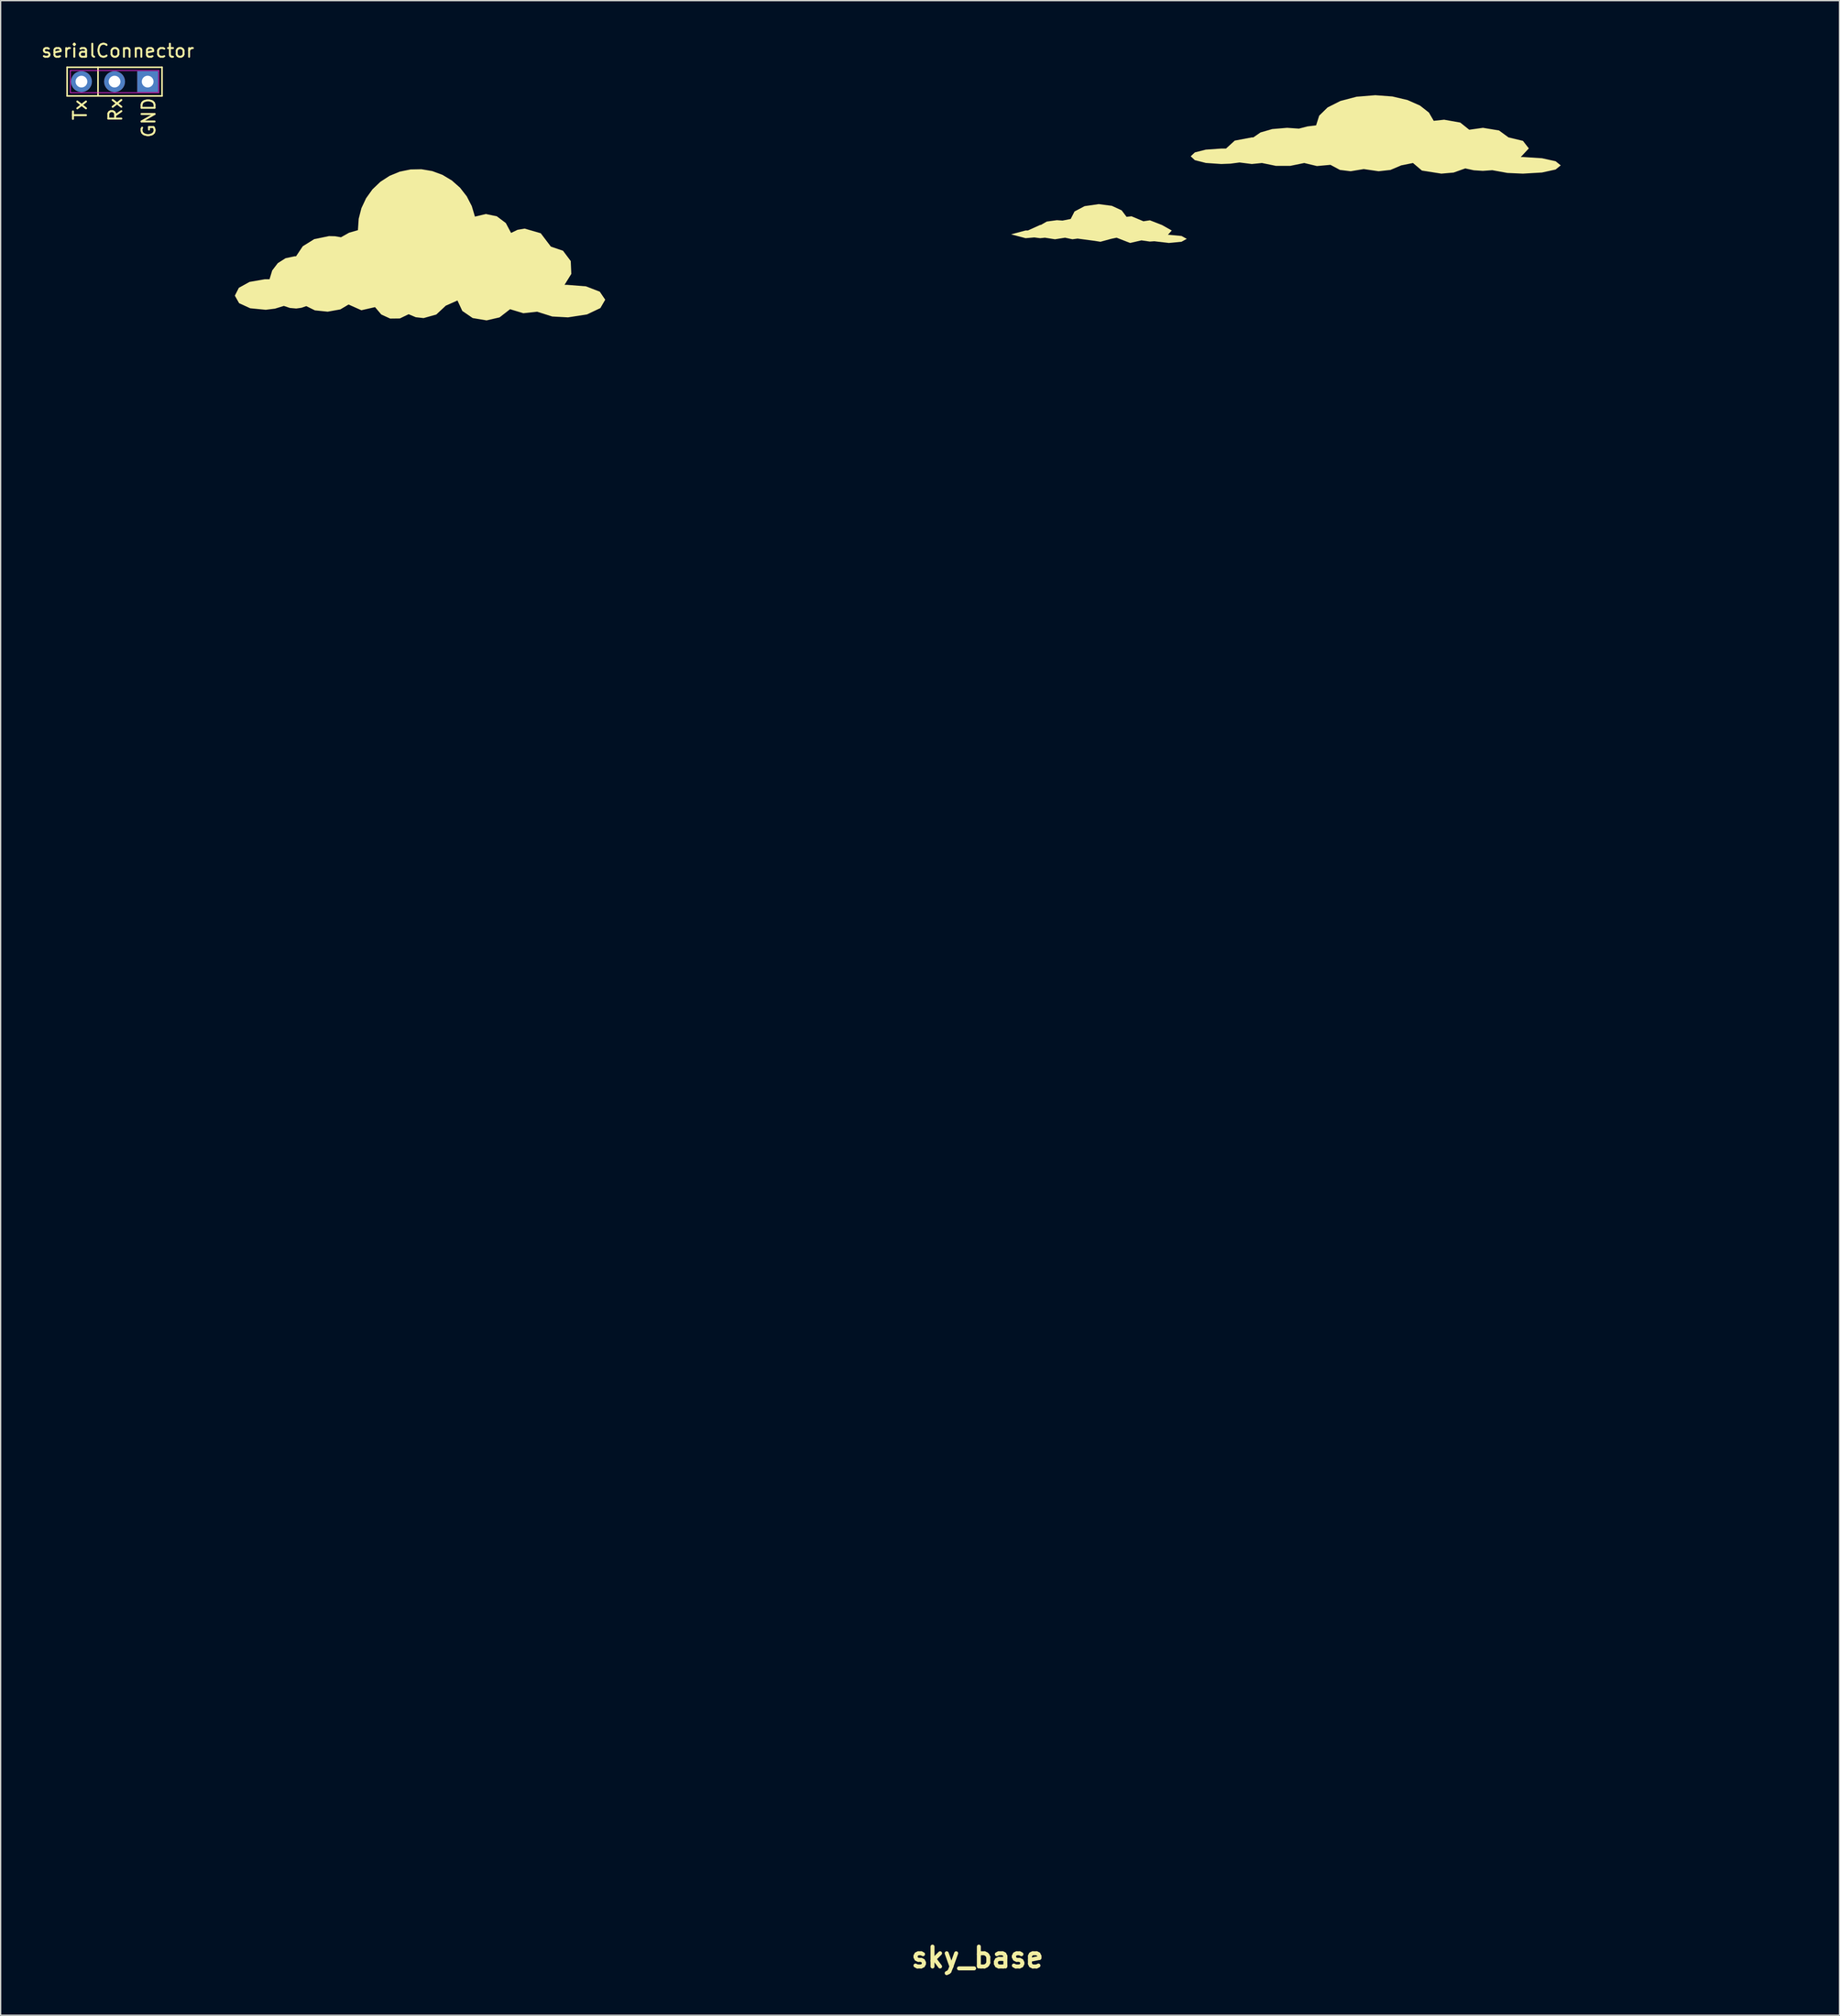
<source format=kicad_pcb>
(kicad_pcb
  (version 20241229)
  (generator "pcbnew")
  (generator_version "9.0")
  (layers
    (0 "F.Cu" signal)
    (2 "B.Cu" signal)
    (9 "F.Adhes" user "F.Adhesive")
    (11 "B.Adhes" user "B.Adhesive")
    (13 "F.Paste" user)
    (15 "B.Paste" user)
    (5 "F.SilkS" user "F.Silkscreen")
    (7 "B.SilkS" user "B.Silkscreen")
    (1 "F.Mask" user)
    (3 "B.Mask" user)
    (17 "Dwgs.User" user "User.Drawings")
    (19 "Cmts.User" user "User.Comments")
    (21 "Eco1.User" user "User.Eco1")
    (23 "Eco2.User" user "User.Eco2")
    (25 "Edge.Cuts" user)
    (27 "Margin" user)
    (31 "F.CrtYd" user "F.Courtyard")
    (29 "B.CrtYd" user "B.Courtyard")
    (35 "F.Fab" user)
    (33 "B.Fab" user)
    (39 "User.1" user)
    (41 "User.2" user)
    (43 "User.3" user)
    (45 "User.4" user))
  (footprint "serialConnector"
    (layer "F.Cu")
    (at 5.738 3.208)
    (property "Reference" "serialConnector" (at 0.244 -2.36 0) (layer "F.SilkS") (effects (font (size 1 1) (thickness 0.15))))
    (attr through_hole)
    (fp_line (start -3.64 -1.1) (end 3.64 -1.1) (stroke (width 0.12) (type solid)) (layer "F.SilkS"))
    (fp_line (start -3.64 1.1) (end -3.64 -1.1) (stroke (width 0.12) (type solid)) (layer "F.SilkS"))
    (fp_line (start -1.27 -1.1) (end -1.27 1.1) (stroke (width 0.12) (type solid)) (layer "F.SilkS"))
    (fp_line (start 3.64 -1.1) (end 3.64 1.1) (stroke (width 0.12) (type solid)) (layer "F.SilkS"))
    (fp_line (start 3.64 1.1) (end -3.64 1.1) (stroke (width 0.12) (type solid)) (layer "F.SilkS"))
    (fp_line (start -3.39 -0.85) (end 3.39 -0.85) (stroke (width 0.05) (type solid)) (layer "F.CrtYd"))
    (fp_line (start -3.39 0.85) (end -3.39 -0.85) (stroke (width 0.05) (type solid)) (layer "F.CrtYd"))
    (fp_line (start 3.39 -0.85) (end 3.39 0.85) (stroke (width 0.05) (type solid)) (layer "F.CrtYd"))
    (fp_line (start 3.39 0.85) (end -3.39 0.85) (stroke (width 0.05) (type solid)) (layer "F.CrtYd"))
    (fp_text user "Rx" (at 0.066 2.169 90) (layer "F.SilkS") (effects (font (size 1 1) (thickness 0.15))))
    (fp_text user "GND" (at 2.614 2.771 90) (layer "F.SilkS") (effects (font (size 1 1) (thickness 0.15))))
    (fp_text user "Tx" (at -2.647 2.169 270) (layer "F.SilkS") (effects (font (size 1 1) (thickness 0.15))))
    (pad "1" thru_hole circle (at -2.54 0) (size 1.6 1.6) (drill 0.9) (layers "*.Cu" "*.Mask"))
    (pad "2" thru_hole circle (at 0 0) (size 1.6 1.6) (drill 0.9) (layers "*.Cu" "*.Mask"))
    (pad "3" thru_hole rect (at 2.54 0) (size 1.6 1.6) (drill 0.9) (layers "*.Cu" "*.Mask")))
  (footprint "sky_base"
    (layer "F.Cu")
    (at 71.93 33.594)
    (property "Reference" "sky_base" (at 0 113.474 0) (layer "F.SilkS") (effects (font (size 1.524 1.524) (thickness 0.305))))
    (attr exclude_from_pos_files exclude_from_bom)
    (fp_poly (pts (xy 16.059 -18.326) (xy 15.655 -18.105) (xy 14.681 -18.012) (xy 13.567 -18.143) (xy 13.22 -18.119) (xy 12.58 -18.211) (xy 11.709 -18.012) (xy 10.674 -18.415) (xy 10.265 -18.329) (xy 9.436 -18.104) (xy 8.893 -18.187) (xy 7.681 -18.347) (xy 7.287 -18.294) (xy 6.721 -18.415) (xy 5.949 -18.294) (xy 5.177 -18.415) (xy 4.81 -18.377) (xy 4.362 -18.436) (xy 3.696 -18.377) (xy 2.582 -18.673) (xy 3.696 -18.969) (xy 3.871 -18.969) (xy 4.81 -19.393) (xy 4.863 -19.393) (xy 5.321 -19.654) (xy 6.096 -19.758) (xy 6.529 -19.728) (xy 7.154 -19.852) (xy 7.448 -20.427) (xy 8.222 -20.835) (xy 9.308 -20.99) (xy 10.31 -20.86) (xy 11.062 -20.513) (xy 11.439 -20.015) (xy 11.818 -20.057) (xy 12.734 -19.675) (xy 13.232 -19.749) (xy 14.165 -19.384) (xy 14.906 -18.966) (xy 14.61 -18.637) (xy 14.693 -18.637) (xy 15.657 -18.547) (xy 16.059 -18.326) (xy 16.059 -18.326)) (stroke (width 0) (type solid)) (fill yes) (layer "F.SilkS"))
    (fp_poly (pts (xy 44.746 -23.962) (xy 44.349 -23.642) (xy 43.308 -23.414) (xy 41.845 -23.328) (xy 40.661 -23.38) (xy 39.495 -23.591) (xy 38.769 -23.541) (xy 38.086 -23.584) (xy 37.418 -23.728) (xy 36.528 -23.41) (xy 35.586 -23.328) (xy 34.095 -23.564) (xy 33.411 -24.143) (xy 32.546 -23.968) (xy 32.525 -23.968) (xy 31.683 -23.611) (xy 30.774 -23.511) (xy 29.633 -23.677) (xy 28.625 -23.511) (xy 27.807 -23.612) (xy 27.081 -24.003) (xy 26.042 -23.91) (xy 25.069 -24.143) (xy 23.993 -23.923) (xy 22.901 -23.923) (xy 21.825 -24.143) (xy 21.048 -24.066) (xy 20.106 -24.184) (xy 19.408 -24.093) (xy 18.704 -24.066) (xy 17.521 -24.147) (xy 16.68 -24.36) (xy 16.36 -24.658) (xy 16.68 -24.957) (xy 17.521 -25.17) (xy 18.704 -25.251) (xy 19.069 -25.251) (xy 19.738 -25.861) (xy 21.048 -26.107) (xy 21.164 -26.107) (xy 21.712 -26.486) (xy 22.613 -26.746) (xy 23.754 -26.842) (xy 24.663 -26.78) (xy 25.316 -26.949) (xy 25.985 -27.032) (xy 25.985 -27.05) (xy 26.216 -27.774) (xy 26.86 -28.404) (xy 27.841 -28.9) (xy 29.086 -29.226) (xy 30.519 -29.343) (xy 31.831 -29.246) (xy 32.992 -28.972) (xy 33.946 -28.55) (xy 34.635 -28.01) (xy 35.002 -27.378) (xy 35.8 -27.464) (xy 37.037 -27.245) (xy 37.726 -26.694) (xy 38.778 -26.842) (xy 40.011 -26.639) (xy 40.739 -26.107) (xy 41.846 -25.842) (xy 42.298 -25.263) (xy 41.679 -24.602) (xy 41.854 -24.602) (xy 43.311 -24.508) (xy 44.35 -24.279) (xy 44.746 -23.962) (xy 44.746 -23.962)) (stroke (width 0) (type solid)) (fill yes) (layer "F.SilkS"))
    (fp_poly (pts (xy -28.553 -13.66) (xy -28.925 -13.018) (xy -29.95 -12.531) (xy -31.407 -12.306) (xy -32.619 -12.372) (xy -33.777 -12.739) (xy -34.834 -12.623) (xy -35.852 -12.931) (xy -36.658 -12.304) (xy -37.653 -12.075) (xy -38.721 -12.253) (xy -39.516 -12.798) (xy -39.888 -13.601) (xy -40.747 -13.216) (xy -40.768 -13.216) (xy -41.51 -12.524) (xy -42.486 -12.25) (xy -43.083 -12.316) (xy -43.636 -12.546) (xy -44.307 -12.222) (xy -45.052 -12.214) (xy -45.73 -12.523) (xy -46.211 -13.091) (xy -47.259 -12.852) (xy -48.241 -13.29) (xy -48.875 -12.915) (xy -49.844 -12.742) (xy -50.822 -12.842) (xy -51.483 -13.168) (xy -51.86 -13.039) (xy -52.254 -12.985) (xy -52.741 -13.027) (xy -53.205 -13.183) (xy -53.887 -12.974) (xy -54.595 -12.887) (xy -55.785 -13.003) (xy -56.638 -13.393) (xy -56.965 -13.971) (xy -56.657 -14.574) (xy -55.838 -15.025) (xy -54.669 -15.228) (xy -54.304 -15.228) (xy -54.099 -15.902) (xy -53.672 -16.463) (xy -53.076 -16.841) (xy -52.387 -16.988) (xy -52.271 -16.988) (xy -51.755 -17.759) (xy -50.873 -18.306) (xy -49.738 -18.538) (xy -49.277 -18.526) (xy -48.822 -18.449) (xy -48.203 -18.797) (xy -47.521 -18.994) (xy -47.521 -19.027) (xy -47.465 -19.865) (xy -47.256 -20.679) (xy -46.899 -21.44) (xy -46.409 -22.122) (xy -45.801 -22.702) (xy -45.096 -23.159) (xy -44.319 -23.479) (xy -43.496 -23.649) (xy -42.656 -23.665) (xy -41.827 -23.525) (xy -41.039 -23.235) (xy -40.318 -22.804) (xy -39.688 -22.247) (xy -39.172 -21.584) (xy -38.788 -20.837) (xy -38.548 -20.032) (xy -37.711 -20.231) (xy -36.868 -20.056) (xy -36.179 -19.54) (xy -35.775 -18.781) (xy -35.278 -19.02) (xy -34.734 -19.113) (xy -33.499 -18.756) (xy -32.722 -17.732) (xy -31.789 -17.414) (xy -31.198 -16.625) (xy -31.154 -15.639) (xy -31.673 -14.801) (xy -31.498 -14.801) (xy -30.029 -14.685) (xy -28.971 -14.276) (xy -28.553 -13.66) (xy -28.553 -13.66)) (stroke (width 0) (type solid)) (fill yes) (layer "F.SilkS"))
    (fp_poly (pts (xy 3.426 -33.594) (xy 2.044 -33.581) (xy 0.669 -33.544) (xy -0.697 -33.482) (xy -2.054 -33.396) (xy -3.404 -33.286) (xy -4.744 -33.152) (xy -6.074 -32.994) (xy -7.395 -32.813) (xy -8.706 -32.61) (xy -10.006 -32.383) (xy -11.296 -32.135) (xy -12.575 -31.864) (xy -13.842 -31.571) (xy -15.098 -31.257) (xy -16.341 -30.921) (xy -17.572 -30.564) (xy -18.79 -30.187) (xy -19.995 -29.789) (xy -21.187 -29.37) (xy -22.365 -28.932) (xy -23.529 -28.474) (xy -24.678 -27.997) (xy -25.813 -27.5) (xy -26.932 -26.985) (xy -28.036 -26.451) (xy -29.125 -25.898) (xy -30.197 -25.328) (xy -31.252 -24.739) (xy -32.291 -24.133) (xy -33.313 -23.51) (xy -34.317 -22.87) (xy -35.303 -22.213) (xy -36.272 -21.54) (xy -37.222 -20.85) (xy -38.153 -20.144) (xy -38.548 -20.032) (xy -38.912 -21.119) (xy -39.516 -22.053) (xy -40.318 -22.803) (xy -41.276 -23.339) (xy -42.349 -23.631) (xy -43.496 -23.648) (xy -44.61 -23.378) (xy -45.592 -22.856) (xy -46.408 -22.121) (xy -47.024 -21.212) (xy -47.407 -20.168) (xy -47.521 -19.027) (xy -47.521 -18.994) (xy -48.203 -18.797) (xy -48.822 -18.449) (xy -49.738 -18.538) (xy -50.873 -18.306) (xy -51.755 -17.76) (xy -52.272 -16.988) (xy -52.387 -16.988) (xy -53.296 -16.735) (xy -53.975 -16.113) (xy -54.304 -15.228) (xy -54.669 -15.228) (xy -55.839 -15.025) (xy -56.657 -14.574) (xy -56.966 -13.972) (xy -56.639 -13.393) (xy -55.785 -13.004) (xy -54.595 -12.887) (xy -53.887 -12.974) (xy -53.205 -13.183) (xy -52.254 -12.985) (xy -51.483 -13.169) (xy -50.822 -12.842) (xy -49.845 -12.742) (xy -48.876 -12.915) (xy -48.242 -13.29) (xy -47.26 -12.852) (xy -46.211 -13.091) (xy -45.949 -12.753) (xy -46.784 -11.749) (xy -47.587 -10.727) (xy -48.359 -9.688) (xy -49.098 -8.633) (xy -49.804 -7.561) (xy -50.477 -6.474) (xy -51.116 -5.37) (xy -51.72 -4.252) (xy -52.29 -3.12) (xy -52.824 -1.973) (xy -53.321 -0.813) (xy -53.782 0.361) (xy -54.206 1.547) (xy -54.592 2.746) (xy -54.94 3.957) (xy -55.249 5.179) (xy -55.518 6.412) (xy -55.747 7.656) (xy -55.936 8.91) (xy -56.084 10.174) (xy -56.191 11.448) (xy -56.255 12.73) (xy -56.276 14.021) (xy -56.273 14.731) (xy -56.25 15.437) (xy 63.128 15.479) (xy 63.11 14.279) (xy 63.054 13.08) (xy 62.963 11.884) (xy 62.835 10.691) (xy 62.672 9.501) (xy 62.474 8.315) (xy 62.242 7.134) (xy 61.975 5.959) (xy 61.674 4.79) (xy 61.341 3.627) (xy 60.974 2.473) (xy 60.575 1.326) (xy 60.144 0.188) (xy 59.682 -0.94) (xy 59.188 -2.058) (xy 58.664 -3.165) (xy 58.11 -4.261) (xy 57.525 -5.344) (xy 56.912 -6.415) (xy 56.269 -7.472) (xy 55.598 -8.515) (xy 54.899 -9.543) (xy 54.172 -10.556) (xy 53.419 -11.552) (xy 52.638 -12.532) (xy 51.831 -13.495) (xy 50.998 -14.439) (xy 50.14 -15.364) (xy 49.257 -16.27) (xy 48.349 -17.156) (xy 47.417 -18.021) (xy 46.462 -18.865) (xy 45.483 -19.686) (xy 44.481 -20.485) (xy 43.457 -21.26) (xy 42.411 -22.012) (xy 41.344 -22.738) (xy 40.255 -23.439) (xy 41.048 -23.347) (xy 41.845 -23.328) (xy 43.308 -23.414) (xy 44.349 -23.642) (xy 44.746 -23.961) (xy 44.746 -23.962) (xy 44.349 -24.279) (xy 43.31 -24.507) (xy 41.854 -24.602) (xy 41.679 -24.602) (xy 42.299 -25.263) (xy 41.846 -25.841) (xy 40.74 -26.107) (xy 40.011 -26.639) (xy 38.778 -26.842) (xy 37.726 -26.694) (xy 37.038 -27.245) (xy 35.8 -27.464) (xy 35.002 -27.378) (xy 34.635 -28.009) (xy 33.946 -28.55) (xy 32.993 -28.971) (xy 31.832 -29.245) (xy 30.519 -29.343) (xy 29.546 -29.29) (xy 28.645 -29.138) (xy 27.489 -29.556) (xy 26.32 -29.956) (xy 25.139 -30.336) (xy 23.945 -30.697) (xy 22.74 -31.038) (xy 21.522 -31.359) (xy 20.294 -31.659) (xy 19.054 -31.939) (xy 17.803 -32.198) (xy 16.542 -32.436) (xy 15.271 -32.652) (xy 13.99 -32.847) (xy 12.7 -33.02) (xy 11.4 -33.171) (xy 10.092 -33.299) (xy 8.775 -33.404) (xy 7.449 -33.487) (xy 6.115 -33.546) (xy 4.774 -33.582) (xy 3.426 -33.594) (xy 3.426 -33.594)) (stroke (width 0.00001) (type solid)) (fill no) (layer "Edge.Cuts")))
  (gr_rect
    (start -3 -3)
    (end 138.058 151.495)
    (stroke (width 0.1) (type default))
    (fill no)
    (layer "Edge.Cuts")))
</source>
